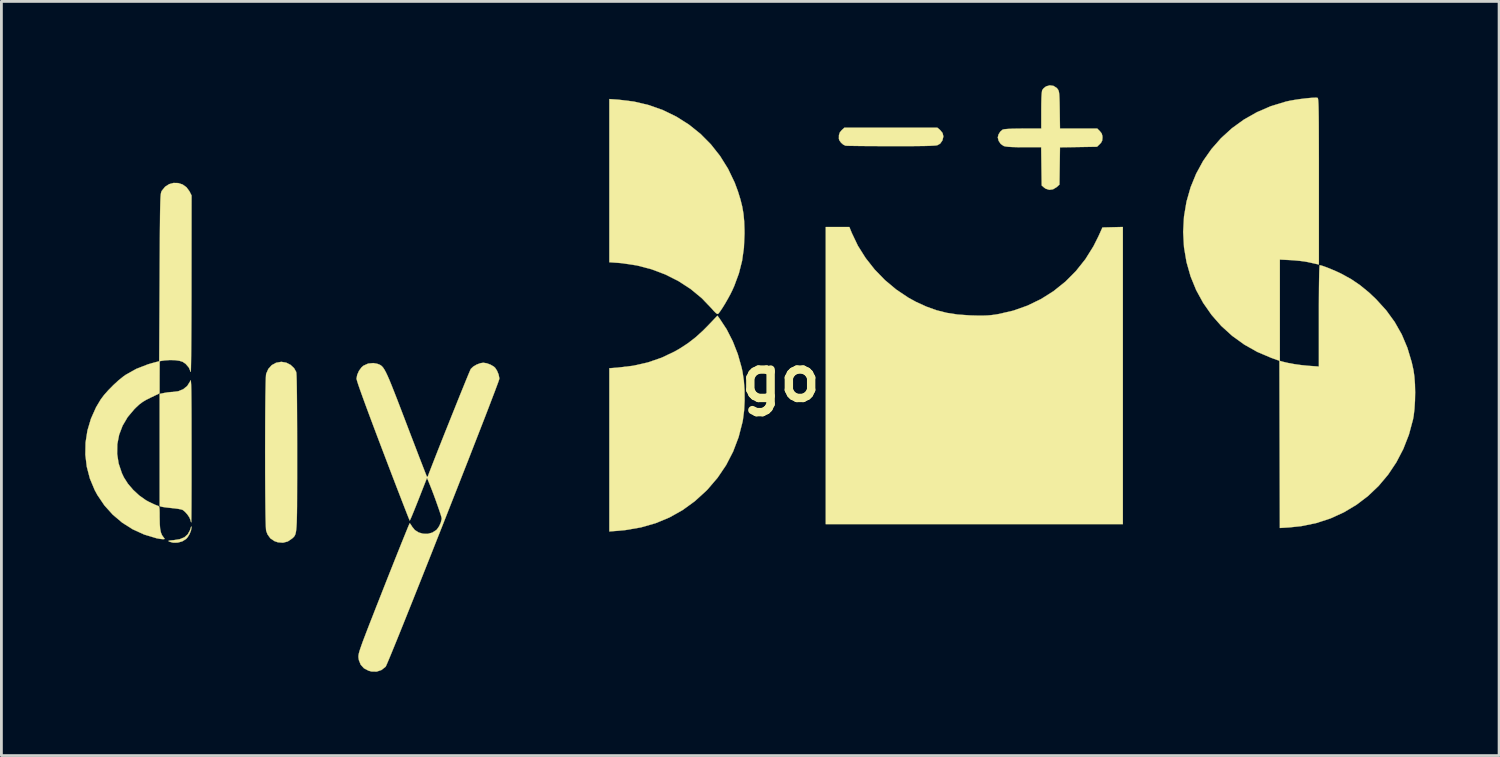
<source format=kicad_pcb>
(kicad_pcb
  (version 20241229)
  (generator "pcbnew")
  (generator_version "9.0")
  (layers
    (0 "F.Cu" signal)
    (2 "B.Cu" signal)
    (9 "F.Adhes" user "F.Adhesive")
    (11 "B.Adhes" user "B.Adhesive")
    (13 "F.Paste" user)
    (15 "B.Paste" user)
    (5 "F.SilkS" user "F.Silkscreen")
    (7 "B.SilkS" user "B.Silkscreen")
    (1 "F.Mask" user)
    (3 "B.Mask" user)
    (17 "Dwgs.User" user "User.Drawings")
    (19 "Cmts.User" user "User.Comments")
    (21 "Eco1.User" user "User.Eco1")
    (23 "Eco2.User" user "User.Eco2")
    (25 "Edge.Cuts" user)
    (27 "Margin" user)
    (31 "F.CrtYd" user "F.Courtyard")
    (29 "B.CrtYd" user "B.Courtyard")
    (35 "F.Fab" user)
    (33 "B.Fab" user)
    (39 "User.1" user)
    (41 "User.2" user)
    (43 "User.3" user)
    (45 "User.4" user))
  (footprint "logo"
    (layer "F.Cu")
    (at 23.81 10.506)
    (property "Reference" "logo" (at 0 0 0) (layer "F.SilkS") (effects (font (size 1.524 1.524) (thickness 0.3))))
    (attr through_hole)
    (fp_poly (pts (xy -20.006 5.334) (xy -20.024 5.438) (xy -20.073 5.56) (xy -20.142 5.674) (xy -20.197 5.737) (xy -20.332 5.822) (xy -20.496 5.868) (xy -20.665 5.87) (xy -20.796 5.834) (xy -20.829 5.815) (xy -20.825 5.803) (xy -20.776 5.792) (xy -20.673 5.782) (xy -20.636 5.779) (xy -20.423 5.745) (xy -20.259 5.677) (xy -20.14 5.571) (xy -20.059 5.422) (xy -20.039 5.362) (xy -20.019 5.298) (xy -20.009 5.292) (xy -20.006 5.334)) (stroke (width 0.01) (type solid)) (fill yes) (layer "F.SilkS"))
    (fp_poly (pts (xy 6.79 -8.905) (xy 6.881 -8.795) (xy 6.91 -8.672) (xy 6.877 -8.534) (xy 6.868 -8.517) (xy 6.794 -8.414) (xy 6.699 -8.36) (xy 6.65 -8.35) (xy 6.562 -8.343) (xy 6.431 -8.336) (xy 6.254 -8.331) (xy 6.027 -8.328) (xy 5.747 -8.325) (xy 5.411 -8.324) (xy 5.032 -8.325) (xy 4.722 -8.325) (xy 4.429 -8.327) (xy 4.161 -8.328) (xy 3.924 -8.33) (xy 3.723 -8.333) (xy 3.566 -8.335) (xy 3.46 -8.338) (xy 3.409 -8.34) (xy 3.408 -8.341) (xy 3.326 -8.379) (xy 3.246 -8.45) (xy 3.187 -8.532) (xy 3.17 -8.585) (xy 3.172 -8.721) (xy 3.206 -8.82) (xy 3.272 -8.898) (xy 3.367 -8.985) (xy 6.694 -8.985) (xy 6.79 -8.905)) (stroke (width 0.01) (type solid)) (fill yes) (layer "F.SilkS"))
    (fp_poly (pts (xy 13.335 5.207) (xy 2.699 5.207) (xy 2.699 -5.429) (xy 3.545 -5.429) (xy 3.632 -5.215) (xy 3.851 -4.757) (xy 4.126 -4.32) (xy 4.45 -3.908) (xy 4.817 -3.53) (xy 5.221 -3.192) (xy 5.655 -2.901) (xy 5.936 -2.747) (xy 6.307 -2.578) (xy 6.667 -2.449) (xy 7.032 -2.357) (xy 7.419 -2.297) (xy 7.845 -2.267) (xy 7.922 -2.264) (xy 8.149 -2.258) (xy 8.329 -2.258) (xy 8.481 -2.263) (xy 8.62 -2.275) (xy 8.764 -2.294) (xy 8.874 -2.312) (xy 9.41 -2.435) (xy 9.921 -2.616) (xy 10.406 -2.851) (xy 10.859 -3.138) (xy 11.277 -3.473) (xy 11.656 -3.854) (xy 11.993 -4.277) (xy 12.283 -4.741) (xy 12.463 -5.1) (xy 12.604 -5.413) (xy 12.969 -5.422) (xy 13.335 -5.431) (xy 13.335 5.207)) (stroke (width 0.01) (type solid)) (fill yes) (layer "F.SilkS"))
    (fp_poly (pts (xy -1.101 -2.152) (xy -0.849 -1.769) (xy -0.63 -1.341) (xy -0.449 -0.88) (xy -0.312 -0.396) (xy -0.28 -0.245) (xy -0.233 0.07) (xy -0.208 0.421) (xy -0.205 0.787) (xy -0.224 1.145) (xy -0.266 1.472) (xy -0.28 1.547) (xy -0.42 2.091) (xy -0.616 2.607) (xy -0.866 3.092) (xy -1.171 3.544) (xy -1.528 3.961) (xy -1.576 4.01) (xy -1.987 4.385) (xy -2.425 4.703) (xy -2.892 4.965) (xy -3.387 5.171) (xy -3.913 5.322) (xy -4.471 5.419) (xy -4.755 5.446) (xy -5.048 5.468) (xy -5.048 -0.374) (xy -4.755 -0.396) (xy -4.196 -0.463) (xy -3.672 -0.581) (xy -3.177 -0.751) (xy -2.706 -0.975) (xy -2.523 -1.08) (xy -2.232 -1.27) (xy -1.961 -1.48) (xy -1.692 -1.724) (xy -1.487 -1.932) (xy -1.179 -2.256) (xy -1.101 -2.152)) (stroke (width 0.01) (type solid)) (fill yes) (layer "F.SilkS"))
    (fp_poly (pts (xy -4.723 -9.988) (xy -4.167 -9.92) (xy -3.634 -9.794) (xy -3.126 -9.613) (xy -2.646 -9.379) (xy -2.199 -9.096) (xy -1.787 -8.766) (xy -1.414 -8.39) (xy -1.084 -7.973) (xy -0.799 -7.517) (xy -0.562 -7.023) (xy -0.443 -6.703) (xy -0.355 -6.418) (xy -0.29 -6.158) (xy -0.246 -5.903) (xy -0.221 -5.633) (xy -0.21 -5.328) (xy -0.209 -5.191) (xy -0.23 -4.688) (xy -0.296 -4.219) (xy -0.41 -3.769) (xy -0.575 -3.323) (xy -0.649 -3.158) (xy -0.718 -3.018) (xy -0.802 -2.865) (xy -0.891 -2.709) (xy -0.98 -2.563) (xy -1.06 -2.441) (xy -1.124 -2.354) (xy -1.154 -2.322) (xy -1.185 -2.318) (xy -1.233 -2.35) (xy -1.306 -2.423) (xy -1.383 -2.511) (xy -1.736 -2.88) (xy -2.133 -3.208) (xy -2.57 -3.492) (xy -3.041 -3.73) (xy -3.539 -3.918) (xy -4.06 -4.054) (xy -4.597 -4.135) (xy -4.739 -4.147) (xy -5.048 -4.169) (xy -5.048 -10.01) (xy -4.723 -9.988)) (stroke (width 0.01) (type solid)) (fill yes) (layer "F.SilkS"))
    (fp_poly (pts (xy -20.029 0.082) (xy -20.024 0.127) (xy -20.019 0.2) (xy -20.015 0.305) (xy -20.012 0.444) (xy -20.01 0.623) (xy -20.008 0.845) (xy -20.006 1.113) (xy -20.005 1.431) (xy -20.005 1.803) (xy -20.004 2.232) (xy -20.004 2.548) (xy -20.004 2.948) (xy -20.004 3.329) (xy -20.004 3.686) (xy -20.005 4.016) (xy -20.006 4.312) (xy -20.007 4.571) (xy -20.009 4.787) (xy -20.01 4.957) (xy -20.012 5.074) (xy -20.013 5.135) (xy -20.014 5.144) (xy -20.028 5.116) (xy -20.045 5.051) (xy -20.082 4.963) (xy -20.153 4.859) (xy -20.239 4.763) (xy -20.323 4.697) (xy -20.327 4.695) (xy -20.385 4.678) (xy -20.489 4.658) (xy -20.62 4.641) (xy -20.687 4.634) (xy -20.827 4.619) (xy -20.952 4.604) (xy -21.041 4.59) (xy -21.065 4.585) (xy -21.145 4.565) (xy -21.145 0.545) (xy -20.985 0.511) (xy -20.859 0.49) (xy -20.732 0.477) (xy -20.692 0.476) (xy -20.481 0.45) (xy -20.301 0.377) (xy -20.159 0.262) (xy -20.062 0.109) (xy -20.05 0.079) (xy -20.042 0.062) (xy -20.035 0.062) (xy -20.029 0.082)) (stroke (width 0.01) (type solid)) (fill yes) (layer "F.SilkS"))
    (fp_poly (pts (xy 10.851 -10.482) (xy 10.964 -10.411) (xy 10.998 -10.372) (xy 11.021 -10.338) (xy 11.038 -10.298) (xy 11.05 -10.243) (xy 11.059 -10.164) (xy 11.065 -10.051) (xy 11.07 -9.896) (xy 11.074 -9.689) (xy 11.075 -9.618) (xy 11.084 -8.954) (xy 12.419 -8.954) (xy 12.512 -8.861) (xy 12.576 -8.78) (xy 12.602 -8.692) (xy 12.605 -8.629) (xy 12.595 -8.524) (xy 12.555 -8.447) (xy 12.507 -8.396) (xy 12.41 -8.303) (xy 11.747 -8.292) (xy 11.084 -8.282) (xy 11.065 -6.948) (xy 10.961 -6.855) (xy 10.836 -6.78) (xy 10.702 -6.761) (xy 10.574 -6.801) (xy 10.519 -6.839) (xy 10.43 -6.916) (xy 10.42 -7.601) (xy 10.411 -8.287) (xy 9.792 -8.287) (xy 9.553 -8.288) (xy 9.369 -8.293) (xy 9.233 -8.301) (xy 9.137 -8.313) (xy 9.073 -8.329) (xy 9.066 -8.332) (xy 8.963 -8.404) (xy 8.889 -8.513) (xy 8.858 -8.633) (xy 8.858 -8.637) (xy 8.883 -8.74) (xy 8.946 -8.842) (xy 9.028 -8.913) (xy 9.04 -8.919) (xy 9.1 -8.931) (xy 9.217 -8.941) (xy 9.385 -8.949) (xy 9.596 -8.953) (xy 9.765 -8.954) (xy 10.414 -8.954) (xy 10.414 -9.603) (xy 10.416 -9.853) (xy 10.421 -10.056) (xy 10.43 -10.208) (xy 10.442 -10.303) (xy 10.449 -10.33) (xy 10.501 -10.398) (xy 10.581 -10.459) (xy 10.59 -10.465) (xy 10.72 -10.501) (xy 10.851 -10.482)) (stroke (width 0.01) (type solid)) (fill yes) (layer "F.SilkS"))
    (fp_poly (pts (xy -16.614 -0.574) (xy -16.457 -0.494) (xy -16.33 -0.373) (xy -16.258 -0.244) (xy -16.251 -0.197) (xy -16.245 -0.092) (xy -16.24 0.071) (xy -16.236 0.292) (xy -16.232 0.573) (xy -16.229 0.914) (xy -16.227 1.316) (xy -16.225 1.78) (xy -16.224 2.306) (xy -16.224 2.638) (xy -16.224 3.134) (xy -16.224 3.57) (xy -16.225 3.951) (xy -16.226 4.281) (xy -16.227 4.562) (xy -16.23 4.801) (xy -16.234 5) (xy -16.239 5.164) (xy -16.247 5.297) (xy -16.256 5.402) (xy -16.267 5.484) (xy -16.281 5.547) (xy -16.297 5.594) (xy -16.316 5.63) (xy -16.339 5.66) (xy -16.364 5.686) (xy -16.394 5.712) (xy -16.403 5.721) (xy -16.558 5.826) (xy -16.73 5.871) (xy -16.915 5.856) (xy -17.037 5.813) (xy -17.181 5.716) (xy -17.283 5.574) (xy -17.332 5.445) (xy -17.338 5.39) (xy -17.344 5.277) (xy -17.349 5.112) (xy -17.354 4.901) (xy -17.358 4.65) (xy -17.361 4.364) (xy -17.364 4.05) (xy -17.366 3.712) (xy -17.368 3.358) (xy -17.368 2.992) (xy -17.369 2.62) (xy -17.368 2.249) (xy -17.367 1.884) (xy -17.366 1.53) (xy -17.364 1.195) (xy -17.361 0.882) (xy -17.358 0.599) (xy -17.353 0.351) (xy -17.349 0.143) (xy -17.344 -0.018) (xy -17.338 -0.126) (xy -17.332 -0.175) (xy -17.254 -0.351) (xy -17.132 -0.485) (xy -16.976 -0.571) (xy -16.792 -0.603) (xy -16.787 -0.603) (xy -16.614 -0.574)) (stroke (width 0.01) (type solid)) (fill yes) (layer "F.SilkS"))
    (fp_poly (pts (xy 20.305 -10.053) (xy 20.313 -10.044) (xy 20.32 -10.021) (xy 20.326 -9.98) (xy 20.331 -9.918) (xy 20.336 -9.831) (xy 20.34 -9.716) (xy 20.343 -9.568) (xy 20.346 -9.384) (xy 20.348 -9.16) (xy 20.349 -8.893) (xy 20.35 -8.579) (xy 20.351 -8.214) (xy 20.352 -7.795) (xy 20.352 -7.318) (xy 20.352 -7.061) (xy 20.352 -4.088) (xy 20.264 -4.106) (xy 20.189 -4.123) (xy 20.077 -4.148) (xy 19.955 -4.175) (xy 19.831 -4.197) (xy 19.666 -4.218) (xy 19.485 -4.235) (xy 19.344 -4.245) (xy 18.955 -4.264) (xy 18.955 -0.638) (xy 19.074 -0.604) (xy 19.254 -0.562) (xy 19.477 -0.521) (xy 19.722 -0.487) (xy 19.966 -0.462) (xy 20.027 -0.458) (xy 20.352 -0.435) (xy 20.352 -2.25) (xy 20.352 -2.64) (xy 20.354 -2.99) (xy 20.356 -3.297) (xy 20.36 -3.556) (xy 20.364 -3.766) (xy 20.369 -3.923) (xy 20.374 -4.023) (xy 20.381 -4.063) (xy 20.382 -4.064) (xy 20.441 -4.051) (xy 20.544 -4.017) (xy 20.678 -3.967) (xy 20.828 -3.905) (xy 20.982 -3.839) (xy 21.126 -3.772) (xy 21.161 -3.754) (xy 21.507 -3.564) (xy 21.827 -3.346) (xy 22.14 -3.091) (xy 22.402 -2.843) (xy 22.763 -2.446) (xy 23.067 -2.028) (xy 23.319 -1.583) (xy 23.52 -1.106) (xy 23.675 -0.59) (xy 23.739 -0.302) (xy 23.771 -0.074) (xy 23.791 0.196) (xy 23.798 0.491) (xy 23.792 0.792) (xy 23.774 1.08) (xy 23.744 1.336) (xy 23.721 1.46) (xy 23.575 2.003) (xy 23.375 2.514) (xy 23.126 2.992) (xy 22.831 3.434) (xy 22.492 3.837) (xy 22.113 4.198) (xy 21.697 4.514) (xy 21.247 4.783) (xy 20.767 5.002) (xy 20.26 5.167) (xy 19.728 5.277) (xy 19.296 5.323) (xy 18.955 5.344) (xy 18.947 2.351) (xy 18.939 -0.642) (xy 18.653 -0.744) (xy 18.148 -0.958) (xy 17.679 -1.223) (xy 17.248 -1.534) (xy 16.858 -1.888) (xy 16.512 -2.282) (xy 16.212 -2.711) (xy 15.96 -3.171) (xy 15.76 -3.66) (xy 15.614 -4.173) (xy 15.524 -4.707) (xy 15.494 -5.255) (xy 15.524 -5.806) (xy 15.614 -6.34) (xy 15.76 -6.851) (xy 15.959 -7.338) (xy 16.209 -7.796) (xy 16.508 -8.222) (xy 16.852 -8.613) (xy 17.239 -8.965) (xy 17.666 -9.274) (xy 18.131 -9.538) (xy 18.63 -9.754) (xy 19.161 -9.916) (xy 19.186 -9.922) (xy 19.328 -9.953) (xy 19.495 -9.982) (xy 19.675 -10.009) (xy 19.855 -10.031) (xy 20.021 -10.048) (xy 20.161 -10.058) (xy 20.262 -10.059) (xy 20.305 -10.053)) (stroke (width 0.01) (type solid)) (fill yes) (layer "F.SilkS"))
    (fp_poly (pts (xy -20.481 -7.003) (xy -20.323 -6.952) (xy -20.185 -6.853) (xy -20.077 -6.707) (xy -20.074 -6.7) (xy -20.003 -6.559) (xy -20.006 -3.351) (xy -20.006 -2.908) (xy -20.008 -2.485) (xy -20.009 -2.086) (xy -20.011 -1.715) (xy -20.013 -1.377) (xy -20.015 -1.074) (xy -20.018 -0.812) (xy -20.021 -0.595) (xy -20.024 -0.425) (xy -20.027 -0.309) (xy -20.03 -0.249) (xy -20.033 -0.242) (xy -20.1 -0.399) (xy -20.215 -0.532) (xy -20.321 -0.604) (xy -20.437 -0.641) (xy -20.595 -0.663) (xy -20.777 -0.668) (xy -20.963 -0.655) (xy -21.026 -0.646) (xy -21.145 -0.627) (xy -21.147 -0.051) (xy -21.148 0.524) (xy -21.472 0.679) (xy -21.633 0.76) (xy -21.758 0.835) (xy -21.87 0.919) (xy -21.989 1.029) (xy -22.052 1.092) (xy -22.29 1.374) (xy -22.471 1.681) (xy -22.595 2.006) (xy -22.661 2.345) (xy -22.667 2.69) (xy -22.613 3.037) (xy -22.498 3.38) (xy -22.425 3.534) (xy -22.281 3.76) (xy -22.091 3.982) (xy -21.873 4.183) (xy -21.643 4.346) (xy -21.542 4.402) (xy -21.419 4.461) (xy -21.311 4.511) (xy -21.234 4.542) (xy -21.217 4.547) (xy -21.188 4.558) (xy -21.168 4.577) (xy -21.156 4.617) (xy -21.149 4.688) (xy -21.146 4.8) (xy -21.146 4.964) (xy -21.145 4.983) (xy -21.141 5.203) (xy -21.128 5.371) (xy -21.102 5.499) (xy -21.062 5.599) (xy -21.005 5.68) (xy -20.996 5.69) (xy -20.966 5.73) (xy -20.982 5.743) (xy -21.037 5.744) (xy -21.131 5.734) (xy -21.24 5.715) (xy -21.257 5.711) (xy -21.697 5.579) (xy -22.108 5.392) (xy -22.485 5.154) (xy -22.824 4.867) (xy -23.122 4.536) (xy -23.375 4.162) (xy -23.471 3.985) (xy -23.642 3.575) (xy -23.753 3.152) (xy -23.805 2.72) (xy -23.797 2.286) (xy -23.73 1.855) (xy -23.604 1.432) (xy -23.421 1.023) (xy -23.256 0.746) (xy -23.138 0.588) (xy -22.982 0.412) (xy -22.804 0.231) (xy -22.62 0.062) (xy -22.444 -0.08) (xy -22.357 -0.141) (xy -21.982 -0.351) (xy -21.566 -0.513) (xy -21.415 -0.557) (xy -21.161 -0.625) (xy -21.145 -3.623) (xy -21.143 -4.126) (xy -21.14 -4.57) (xy -21.138 -4.958) (xy -21.136 -5.294) (xy -21.133 -5.583) (xy -21.131 -5.828) (xy -21.128 -6.032) (xy -21.124 -6.201) (xy -21.12 -6.337) (xy -21.116 -6.445) (xy -21.111 -6.529) (xy -21.105 -6.592) (xy -21.098 -6.639) (xy -21.09 -6.674) (xy -21.081 -6.699) (xy -21.071 -6.72) (xy -21.064 -6.731) (xy -20.949 -6.872) (xy -20.806 -6.964) (xy -20.646 -7.007) (xy -20.481 -7.003)) (stroke (width 0.01) (type solid)) (fill yes) (layer "F.SilkS"))
    (fp_poly (pts (xy -9.433 -0.551) (xy -9.298 -0.501) (xy -9.183 -0.433) (xy -9.137 -0.392) (xy -9.067 -0.285) (xy -9.012 -0.15) (xy -8.986 -0.021) (xy -8.985 -0.000058) (xy -8.997 0.041) (xy -9.03 0.138) (xy -9.085 0.286) (xy -9.158 0.482) (xy -9.25 0.722) (xy -9.357 1.003) (xy -9.479 1.32) (xy -9.615 1.67) (xy -9.763 2.05) (xy -9.921 2.455) (xy -10.087 2.882) (xy -10.262 3.327) (xy -10.442 3.786) (xy -10.627 4.256) (xy -10.815 4.733) (xy -11.004 5.213) (xy -11.194 5.693) (xy -11.382 6.169) (xy -11.568 6.637) (xy -11.749 7.093) (xy -11.925 7.534) (xy -12.093 7.956) (xy -12.253 8.355) (xy -12.402 8.728) (xy -12.54 9.07) (xy -12.665 9.379) (xy -12.776 9.65) (xy -12.87 9.88) (xy -12.947 10.065) (xy -13.005 10.201) (xy -13.043 10.285) (xy -13.057 10.312) (xy -13.205 10.428) (xy -13.374 10.485) (xy -13.558 10.482) (xy -13.666 10.453) (xy -13.832 10.366) (xy -13.948 10.238) (xy -14.014 10.072) (xy -14.027 9.987) (xy -14.029 9.953) (xy -14.028 9.917) (xy -14.022 9.875) (xy -14.011 9.822) (xy -13.992 9.753) (xy -13.964 9.667) (xy -13.926 9.557) (xy -13.877 9.419) (xy -13.813 9.251) (xy -13.735 9.047) (xy -13.641 8.803) (xy -13.528 8.516) (xy -13.397 8.18) (xy -13.244 7.793) (xy -13.127 7.495) (xy -12.983 7.13) (xy -12.845 6.783) (xy -12.716 6.458) (xy -12.597 6.16) (xy -12.49 5.893) (xy -12.396 5.661) (xy -12.318 5.469) (xy -12.258 5.322) (xy -12.216 5.223) (xy -12.195 5.178) (xy -12.193 5.175) (xy -12.168 5.2) (xy -12.128 5.263) (xy -12.114 5.289) (xy -12.011 5.417) (xy -11.872 5.505) (xy -11.712 5.551) (xy -11.544 5.553) (xy -11.383 5.509) (xy -11.243 5.418) (xy -11.217 5.392) (xy -11.142 5.285) (xy -11.082 5.155) (xy -11.051 5.03) (xy -11.049 4.999) (xy -11.06 4.948) (xy -11.09 4.848) (xy -11.136 4.71) (xy -11.193 4.545) (xy -11.258 4.362) (xy -11.327 4.173) (xy -11.397 3.988) (xy -11.464 3.818) (xy -11.523 3.673) (xy -11.523 3.672) (xy -11.575 3.55) (xy -11.875 4.315) (xy -11.957 4.521) (xy -12.031 4.706) (xy -12.095 4.862) (xy -12.145 4.981) (xy -12.179 5.056) (xy -12.192 5.079) (xy -12.205 5.05) (xy -12.24 4.966) (xy -12.293 4.832) (xy -12.364 4.65) (xy -12.451 4.427) (xy -12.551 4.167) (xy -12.665 3.873) (xy -12.789 3.55) (xy -12.922 3.202) (xy -13.062 2.834) (xy -13.153 2.595) (xy -13.337 2.111) (xy -13.502 1.673) (xy -13.648 1.282) (xy -13.775 0.939) (xy -13.882 0.646) (xy -13.968 0.406) (xy -14.033 0.219) (xy -14.075 0.087) (xy -14.096 0.012) (xy -14.098 -0.001) (xy -14.073 -0.138) (xy -14.009 -0.282) (xy -13.919 -0.405) (xy -13.85 -0.465) (xy -13.682 -0.541) (xy -13.499 -0.559) (xy -13.369 -0.537) (xy -13.317 -0.52) (xy -13.27 -0.502) (xy -13.227 -0.477) (xy -13.185 -0.442) (xy -13.142 -0.392) (xy -13.097 -0.323) (xy -13.046 -0.23) (xy -12.989 -0.11) (xy -12.922 0.043) (xy -12.845 0.231) (xy -12.754 0.46) (xy -12.647 0.733) (xy -12.523 1.056) (xy -12.379 1.432) (xy -12.313 1.605) (xy -12.187 1.936) (xy -12.067 2.248) (xy -11.956 2.537) (xy -11.856 2.799) (xy -11.767 3.028) (xy -11.693 3.219) (xy -11.635 3.367) (xy -11.595 3.468) (xy -11.575 3.515) (xy -11.574 3.518) (xy -11.553 3.506) (xy -11.536 3.473) (xy -11.493 3.357) (xy -11.431 3.197) (xy -11.354 2.999) (xy -11.264 2.769) (xy -11.164 2.514) (xy -11.055 2.24) (xy -10.941 1.952) (xy -10.823 1.658) (xy -10.705 1.362) (xy -10.588 1.071) (xy -10.476 0.791) (xy -10.37 0.528) (xy -10.272 0.288) (xy -10.187 0.078) (xy -10.115 -0.097) (xy -10.059 -0.231) (xy -10.022 -0.317) (xy -10.007 -0.349) (xy -9.92 -0.432) (xy -9.797 -0.505) (xy -9.662 -0.555) (xy -9.558 -0.571) (xy -9.433 -0.551)) (stroke (width 0.01) (type solid)) (fill yes) (layer "F.SilkS")))
  (gr_rect
    (start -3 -3)
    (end 50.613 23.997)
    (stroke (width 0.1) (type default))
    (fill no)
    (layer "Edge.Cuts")))
</source>
